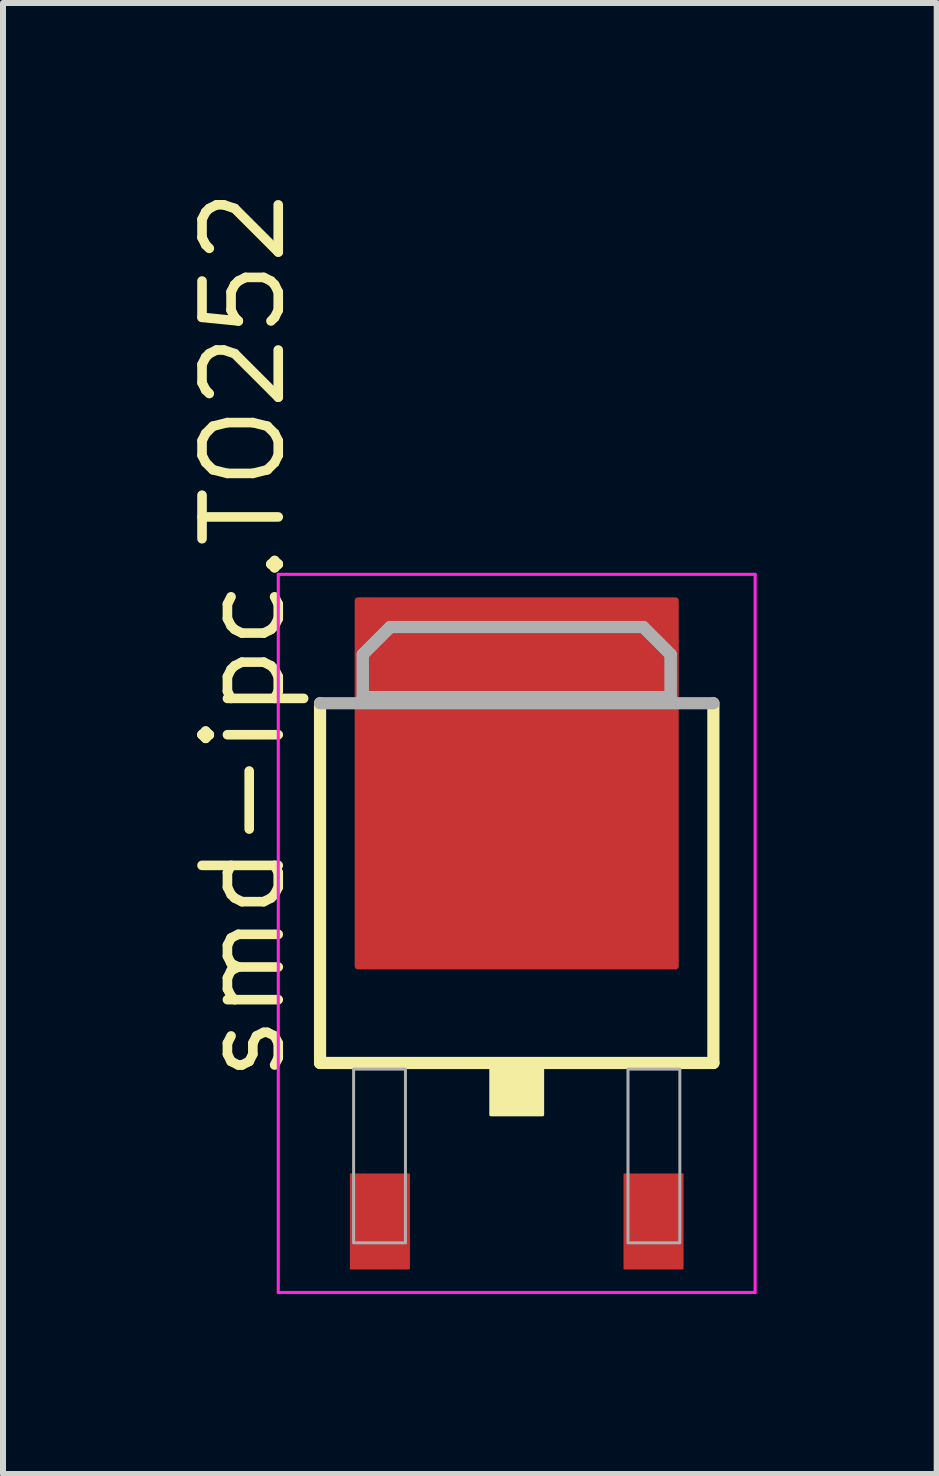
<source format=kicad_pcb>
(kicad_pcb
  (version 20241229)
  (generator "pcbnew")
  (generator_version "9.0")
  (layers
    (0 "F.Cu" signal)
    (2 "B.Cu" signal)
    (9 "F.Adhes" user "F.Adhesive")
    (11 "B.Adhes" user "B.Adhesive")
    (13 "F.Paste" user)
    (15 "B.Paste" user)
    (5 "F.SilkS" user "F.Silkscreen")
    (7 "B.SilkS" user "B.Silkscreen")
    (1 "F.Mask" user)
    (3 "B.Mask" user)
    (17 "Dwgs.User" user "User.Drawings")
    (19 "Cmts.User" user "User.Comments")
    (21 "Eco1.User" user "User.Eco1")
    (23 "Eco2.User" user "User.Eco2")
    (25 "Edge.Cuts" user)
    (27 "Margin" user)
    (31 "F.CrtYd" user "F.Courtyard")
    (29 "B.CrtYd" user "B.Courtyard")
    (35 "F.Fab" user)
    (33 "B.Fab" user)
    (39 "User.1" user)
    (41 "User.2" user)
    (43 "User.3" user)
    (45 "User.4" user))
  (footprint "smd-ipc.TO252"
    (layer "F.Cu")
    (at 5.56 12.503)
    (property "Reference" "smd-ipc.TO252" (at -3.81 2.54 90) (layer "F.SilkS") (effects (font (size 1.27 1.27) (thickness 0.16)) (justify left bottom)))
    (attr smd)
    (fp_line (start -3.277 2.159) (end -3.277 -3.835) (stroke (width 0.203) (type default)) (layer "F.SilkS"))
    (fp_line (start 3.277 -3.835) (end 3.277 2.159) (stroke (width 0.203) (type default)) (layer "F.SilkS"))
    (fp_line (start 3.277 2.159) (end -3.277 2.159) (stroke (width 0.203) (type default)) (layer "F.SilkS"))
    (fp_rect (start -0.432 3.023) (end 0.432 2.261) (stroke (width 0.05) (type default)) (fill yes) (layer "F.SilkS"))
    (fp_line (start -3.973 -5.983) (end 3.973 -5.983) (stroke (width 0.051) (type default)) (layer "F.CrtYd"))
    (fp_line (start -3.973 5.983) (end -3.973 -5.983) (stroke (width 0.051) (type default)) (layer "F.CrtYd"))
    (fp_line (start 3.973 -5.983) (end 3.973 5.983) (stroke (width 0.051) (type default)) (layer "F.CrtYd"))
    (fp_line (start 3.973 5.983) (end -3.973 5.983) (stroke (width 0.051) (type default)) (layer "F.CrtYd"))
    (fp_line (start -3.277 -3.835) (end 3.277 -3.835) (stroke (width 0.203) (type default)) (layer "F.Fab"))
    (fp_line (start -2.565 -4.648) (end -2.108 -5.105) (stroke (width 0.203) (type default)) (layer "F.Fab"))
    (fp_line (start -2.565 -3.937) (end -2.565 -4.648) (stroke (width 0.203) (type default)) (layer "F.Fab"))
    (fp_line (start -2.108 -5.105) (end 2.108 -5.105) (stroke (width 0.203) (type default)) (layer "F.Fab"))
    (fp_line (start 2.108 -5.105) (end 2.565 -4.648) (stroke (width 0.203) (type default)) (layer "F.Fab"))
    (fp_line (start 2.565 -4.648) (end 2.565 -3.937) (stroke (width 0.203) (type default)) (layer "F.Fab"))
    (fp_line (start 2.565 -3.937) (end -2.565 -3.937) (stroke (width 0.203) (type default)) (layer "F.Fab"))
    (fp_rect (start -2.718 5.156) (end -1.854 2.261) (stroke (width 0.05) (type default)) (fill no) (layer "F.Fab"))
    (fp_rect (start 1.854 5.156) (end 2.718 2.261) (stroke (width 0.05) (type default)) (fill no) (layer "F.Fab"))
    (fp_poly (pts (xy -2.565 -3.937) (xy -2.565 -4.648) (xy -2.108 -5.105) (xy 2.108 -5.105) (xy 2.565 -4.648) (xy 2.565 -3.937)) (stroke (width 0.2) (type default)) (fill no) (layer "F.Fab"))
    (pad "1" smd roundrect (at -2.28 4.8) (size 1 1.6) (layers "F.Cu" "F.Mask" "F.Paste") (roundrect_rratio 0.01))
    (pad "2" smd roundrect (at 2.28 4.8) (size 1 1.6) (layers "F.Cu" "F.Mask" "F.Paste") (roundrect_rratio 0.01))
    (pad "3" smd roundrect (at 0 -2.5) (size 5.4 6.2) (layers "F.Cu" "F.Mask" "F.Paste") (roundrect_rratio 0.01)))
  (gr_rect
    (start -3 -3)
    (end 12.558 21.511)
    (stroke (width 0.1) (type default))
    (fill no)
    (layer "Edge.Cuts")))
</source>
